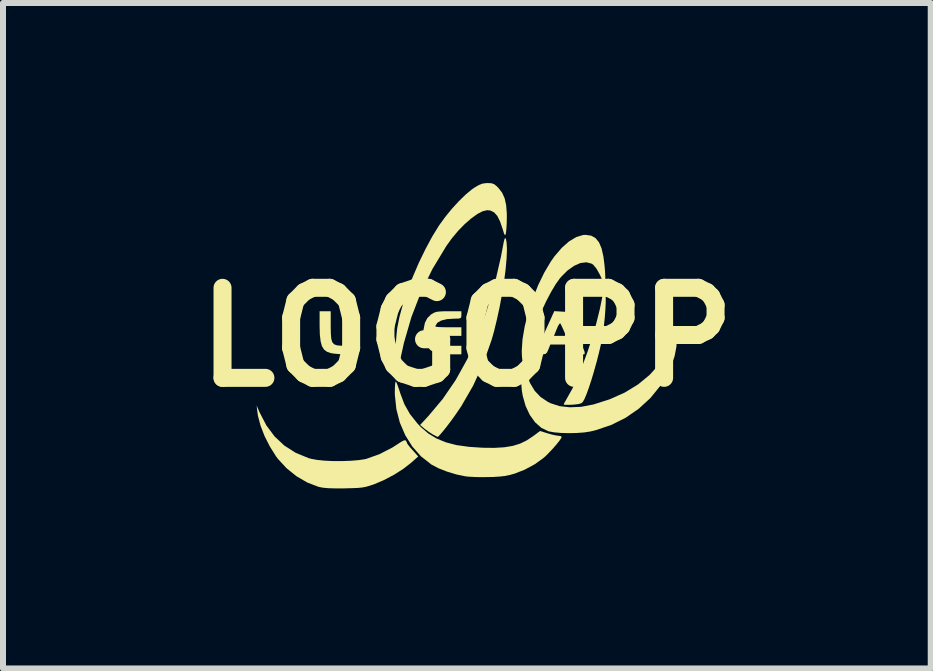
<source format=kicad_pcb>
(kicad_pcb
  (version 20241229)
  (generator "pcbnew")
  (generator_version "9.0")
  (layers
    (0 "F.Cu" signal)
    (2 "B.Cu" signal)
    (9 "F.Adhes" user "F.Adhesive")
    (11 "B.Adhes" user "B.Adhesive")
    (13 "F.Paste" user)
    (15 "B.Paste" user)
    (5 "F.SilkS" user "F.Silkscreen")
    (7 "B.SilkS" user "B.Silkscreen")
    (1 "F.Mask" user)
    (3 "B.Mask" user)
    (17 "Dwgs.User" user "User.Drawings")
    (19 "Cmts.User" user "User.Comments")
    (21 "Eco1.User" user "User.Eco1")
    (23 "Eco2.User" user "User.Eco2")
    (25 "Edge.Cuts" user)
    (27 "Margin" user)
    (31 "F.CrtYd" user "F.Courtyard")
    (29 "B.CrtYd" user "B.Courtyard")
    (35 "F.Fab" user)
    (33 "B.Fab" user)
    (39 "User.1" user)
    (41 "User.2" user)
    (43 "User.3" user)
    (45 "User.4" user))
  (footprint "LOGOPP"
    (layer "F.Cu")
    (at 4.729 2.567)
    (property "Reference" "LOGOPP" (at 0 0 0) (layer "F.SilkS") (effects (font (size 1.5 1.5) (thickness 0.3))))
    (attr board_only exclude_from_pos_files exclude_from_bom)
    (fp_poly (pts (xy -2.269 -0.185) (xy -2.267 -0.062) (xy -2.26 0.026) (xy -2.243 0.084) (xy -2.213 0.119) (xy -2.164 0.137) (xy -2.094 0.143) (xy -2.043 0.144) (xy -1.899 0.144) (xy -1.899 0.216) (xy -1.899 0.287) (xy -2.048 0.285) (xy -2.133 0.282) (xy -2.212 0.275) (xy -2.265 0.267) (xy -2.331 0.244) (xy -2.38 0.207) (xy -2.415 0.151) (xy -2.437 0.07) (xy -2.45 -0.041) (xy -2.454 -0.186) (xy -2.454 -0.2) (xy -2.454 -0.431) (xy -2.361 -0.431) (xy -2.269 -0.431)) (stroke (width 0) (type solid)) (fill yes) (layer "F.SilkS"))
    (fp_poly (pts (xy 0.652 -1.629) (xy 0.661 -1.577) (xy 0.666 -1.497) (xy 0.667 -1.455) (xy 0.661 -1.307) (xy 0.645 -1.128) (xy 0.619 -0.928) (xy 0.585 -0.716) (xy 0.545 -0.5) (xy 0.499 -0.289) (xy 0.451 -0.092) (xy 0.413 0.042) (xy 0.274 0.437) (xy 0.104 0.809) (xy -0.096 1.155) (xy -0.21 1.321) (xy -0.279 1.415) (xy -0.345 1.502) (xy -0.404 1.575) (xy -0.451 1.629) (xy -0.48 1.659) (xy -0.487 1.662) (xy -0.507 1.653) (xy -0.55 1.631) (xy -0.565 1.623) (xy -0.628 1.583) (xy -0.695 1.534) (xy -0.708 1.524) (xy -0.779 1.463) (xy -0.641 1.314) (xy -0.401 1.028) (xy -0.185 0.712) (xy 0.007 0.366) (xy 0.177 -0.013) (xy 0.287 -0.308) (xy 0.391 -0.638) (xy 0.487 -0.99) (xy 0.568 -1.342) (xy 0.615 -1.59) (xy 0.628 -1.639) (xy 0.641 -1.651)) (stroke (width 0) (type solid)) (fill yes) (layer "F.SilkS"))
    (fp_poly (pts (xy 2.305 -0.758) (xy 2.308 -0.739) (xy 2.313 -0.672) (xy 2.313 -0.575) (xy 2.307 -0.455) (xy 2.297 -0.324) (xy 2.283 -0.19) (xy 2.267 -0.064) (xy 2.258 -0.01) (xy 2.234 0.116) (xy 2.201 0.258) (xy 2.163 0.407) (xy 2.121 0.557) (xy 2.078 0.702) (xy 2.035 0.834) (xy 1.995 0.945) (xy 1.959 1.031) (xy 1.931 1.08) (xy 1.904 1.102) (xy 1.857 1.116) (xy 1.779 1.124) (xy 1.758 1.126) (xy 1.686 1.128) (xy 1.634 1.127) (xy 1.612 1.122) (xy 1.612 1.122) (xy 1.622 1.099) (xy 1.648 1.053) (xy 1.673 1.009) (xy 1.757 0.859) (xy 1.843 0.675) (xy 1.928 0.466) (xy 2.011 0.241) (xy 2.088 0.006) (xy 2.156 -0.23) (xy 2.213 -0.459) (xy 2.237 -0.575) (xy 2.258 -0.68) (xy 2.275 -0.748) (xy 2.287 -0.782) (xy 2.297 -0.784)) (stroke (width 0) (type solid)) (fill yes) (layer "F.SilkS"))
    (fp_poly (pts (xy 1.557 -0.427) (xy 1.658 -0.421) (xy 1.801 -0.113) (xy 1.863 0.02) (xy 1.909 0.12) (xy 1.941 0.192) (xy 1.959 0.24) (xy 1.964 0.269) (xy 1.956 0.284) (xy 1.938 0.288) (xy 1.91 0.288) (xy 1.878 0.287) (xy 1.817 0.286) (xy 1.782 0.275) (xy 1.76 0.246) (xy 1.743 0.205) (xy 1.71 0.123) (xy 1.55 0.123) (xy 1.39 0.123) (xy 1.358 0.205) (xy 1.335 0.256) (xy 1.31 0.28) (xy 1.267 0.287) (xy 1.23 0.287) (xy 1.173 0.285) (xy 1.148 0.277) (xy 1.147 0.257) (xy 1.149 0.252) (xy 1.162 0.222) (xy 1.188 0.161) (xy 1.226 0.077) (xy 1.269 -0.021) (xy 1.451 -0.021) (xy 1.551 -0.021) (xy 1.651 -0.021) (xy 1.61 -0.118) (xy 1.583 -0.177) (xy 1.562 -0.219) (xy 1.554 -0.23) (xy 1.54 -0.221) (xy 1.517 -0.182) (xy 1.496 -0.133) (xy 1.451 -0.021) (xy 1.269 -0.021) (xy 1.271 -0.023) (xy 1.309 -0.109) (xy 1.456 -0.433)) (stroke (width 0) (type solid)) (fill yes) (layer "F.SilkS"))
    (fp_poly (pts (xy 2.069 -1.691) (xy 2.142 -1.651) (xy 2.2 -1.581) (xy 2.244 -1.478) (xy 2.275 -1.34) (xy 2.29 -1.222) (xy 2.301 -1.106) (xy 2.306 -1.008) (xy 2.306 -0.934) (xy 2.302 -0.889) (xy 2.293 -0.875) (xy 2.281 -0.893) (xy 2.218 -1.036) (xy 2.159 -1.141) (xy 2.105 -1.206) (xy 2.079 -1.224) (xy 1.992 -1.247) (xy 1.892 -1.235) (xy 1.786 -1.188) (xy 1.676 -1.11) (xy 1.568 -1.002) (xy 1.547 -0.977) (xy 1.478 -0.88) (xy 1.402 -0.752) (xy 1.323 -0.602) (xy 1.246 -0.438) (xy 1.175 -0.27) (xy 1.115 -0.105) (xy 1.097 -0.05) (xy 1.062 0.06) (xy 1.028 0.167) (xy 0.999 0.259) (xy 0.978 0.324) (xy 0.977 0.327) (xy 0.955 0.389) (xy 0.94 0.413) (xy 0.928 0.404) (xy 0.928 0.403) (xy 0.921 0.364) (xy 0.916 0.299) (xy 0.914 0.226) (xy 0.927 0.032) (xy 0.964 -0.183) (xy 1.022 -0.411) (xy 1.098 -0.642) (xy 1.188 -0.867) (xy 1.29 -1.077) (xy 1.4 -1.262) (xy 1.459 -1.346) (xy 1.581 -1.488) (xy 1.703 -1.596) (xy 1.823 -1.668) (xy 1.938 -1.702) (xy 1.978 -1.704)) (stroke (width 0) (type solid)) (fill yes) (layer "F.SilkS"))
    (fp_poly (pts (xy -0.092 -0.37) (xy -0.094 -0.335) (xy -0.106 -0.317) (xy -0.138 -0.309) (xy -0.2 -0.308) (xy -0.21 -0.308) (xy -0.333 -0.3) (xy -0.428 -0.276) (xy -0.493 -0.239) (xy -0.522 -0.191) (xy -0.524 -0.176) (xy -0.504 -0.171) (xy -0.453 -0.167) (xy -0.377 -0.165) (xy -0.308 -0.164) (xy -0.092 -0.164) (xy -0.092 -0.092) (xy -0.092 -0.021) (xy -0.308 -0.021) (xy -0.404 -0.02) (xy -0.467 -0.017) (xy -0.503 -0.012) (xy -0.519 -0.001) (xy -0.524 0.016) (xy -0.524 0.019) (xy -0.508 0.058) (xy -0.472 0.1) (xy -0.47 0.101) (xy -0.433 0.124) (xy -0.387 0.137) (xy -0.32 0.143) (xy -0.254 0.144) (xy -0.092 0.144) (xy -0.092 0.216) (xy -0.092 0.287) (xy -0.272 0.286) (xy -0.363 0.283) (xy -0.445 0.276) (xy -0.504 0.268) (xy -0.515 0.265) (xy -0.603 0.22) (xy -0.67 0.144) (xy -0.712 0.043) (xy -0.725 -0.074) (xy -0.722 -0.129) (xy -0.7 -0.237) (xy -0.66 -0.316) (xy -0.598 -0.377) (xy -0.587 -0.384) (xy -0.55 -0.406) (xy -0.511 -0.42) (xy -0.458 -0.427) (xy -0.383 -0.431) (xy -0.305 -0.431) (xy -0.092 -0.431)) (stroke (width 0) (type solid)) (fill yes) (layer "F.SilkS"))
    (fp_poly (pts (xy -3.454 1.253) (xy -3.341 1.471) (xy -3.203 1.656) (xy -3.04 1.808) (xy -2.853 1.927) (xy -2.642 2.014) (xy -2.596 2.027) (xy -2.5 2.045) (xy -2.375 2.058) (xy -2.231 2.065) (xy -2.08 2.065) (xy -1.934 2.06) (xy -1.802 2.049) (xy -1.696 2.033) (xy -1.673 2.027) (xy -1.457 1.95) (xy -1.243 1.84) (xy -1.159 1.786) (xy -1.091 1.742) (xy -1.048 1.72) (xy -1.023 1.719) (xy -1.014 1.728) (xy -0.998 1.76) (xy -0.996 1.769) (xy -0.983 1.79) (xy -0.95 1.832) (xy -0.903 1.885) (xy -0.811 1.988) (xy -0.923 2.088) (xy -1.056 2.192) (xy -1.214 2.293) (xy -1.383 2.382) (xy -1.548 2.452) (xy -1.549 2.452) (xy -1.62 2.476) (xy -1.681 2.493) (xy -1.742 2.505) (xy -1.812 2.512) (xy -1.902 2.516) (xy -2.021 2.519) (xy -2.043 2.52) (xy -2.192 2.52) (xy -2.308 2.517) (xy -2.396 2.509) (xy -2.464 2.496) (xy -2.472 2.494) (xy -2.658 2.423) (xy -2.839 2.318) (xy -3.005 2.184) (xy -3.148 2.029) (xy -3.181 1.985) (xy -3.283 1.822) (xy -3.371 1.649) (xy -3.438 1.475) (xy -3.481 1.312) (xy -3.491 1.245) (xy -3.503 1.14)) (stroke (width 0) (type solid)) (fill yes) (layer "F.SilkS"))
    (fp_poly (pts (xy 3.496 -0.132) (xy 3.499 -0.072) (xy 3.5 -0.013) (xy 3.491 0.158) (xy 3.461 0.316) (xy 3.406 0.475) (xy 3.356 0.586) (xy 3.223 0.811) (xy 3.057 1.015) (xy 2.863 1.193) (xy 2.644 1.344) (xy 2.403 1.464) (xy 2.144 1.551) (xy 2.057 1.572) (xy 1.953 1.588) (xy 1.829 1.597) (xy 1.696 1.6) (xy 1.567 1.596) (xy 1.452 1.586) (xy 1.365 1.57) (xy 1.358 1.568) (xy 1.24 1.511) (xy 1.136 1.419) (xy 1.048 1.296) (xy 0.978 1.147) (xy 0.93 0.977) (xy 0.915 0.887) (xy 0.907 0.789) (xy 0.905 0.692) (xy 0.909 0.607) (xy 0.918 0.541) (xy 0.932 0.505) (xy 0.936 0.502) (xy 0.95 0.514) (xy 0.97 0.556) (xy 0.987 0.6) (xy 1.052 0.765) (xy 1.13 0.895) (xy 1.227 0.997) (xy 1.348 1.078) (xy 1.396 1.102) (xy 1.545 1.15) (xy 1.716 1.169) (xy 1.904 1.161) (xy 2.102 1.123) (xy 2.105 1.123) (xy 2.381 1.035) (xy 2.631 0.923) (xy 2.853 0.787) (xy 3.044 0.63) (xy 3.204 0.453) (xy 3.329 0.258) (xy 3.418 0.046) (xy 3.429 0.01) (xy 3.457 -0.083) (xy 3.476 -0.138) (xy 3.489 -0.154)) (stroke (width 0) (type solid)) (fill yes) (layer "F.SilkS"))
    (fp_poly (pts (xy -1.173 0.758) (xy -1.153 0.807) (xy -1.128 0.879) (xy -1.111 0.933) (xy -1.041 1.119) (xy -0.948 1.283) (xy -0.824 1.439) (xy -0.768 1.498) (xy -0.645 1.604) (xy -0.508 1.688) (xy -0.353 1.752) (xy -0.173 1.799) (xy 0.037 1.828) (xy 0.264 1.843) (xy 0.46 1.845) (xy 0.625 1.835) (xy 0.764 1.812) (xy 0.887 1.774) (xy 1 1.719) (xy 1.112 1.644) (xy 1.128 1.632) (xy 1.218 1.564) (xy 1.345 1.603) (xy 1.419 1.624) (xy 1.484 1.638) (xy 1.52 1.643) (xy 1.562 1.649) (xy 1.579 1.66) (xy 1.571 1.683) (xy 1.541 1.727) (xy 1.494 1.786) (xy 1.436 1.853) (xy 1.374 1.919) (xy 1.315 1.979) (xy 1.28 2.01) (xy 1.134 2.116) (xy 0.964 2.208) (xy 0.801 2.272) (xy 0.717 2.296) (xy 0.636 2.313) (xy 0.546 2.323) (xy 0.433 2.33) (xy 0.37 2.331) (xy 0.255 2.333) (xy 0.143 2.331) (xy 0.047 2.326) (xy -0.021 2.32) (xy -0.174 2.288) (xy -0.33 2.241) (xy -0.473 2.185) (xy -0.589 2.124) (xy -0.596 2.119) (xy -0.765 1.986) (xy -0.909 1.823) (xy -1.027 1.634) (xy -1.117 1.425) (xy -1.175 1.2) (xy -1.2 0.964) (xy -1.201 0.915) (xy -1.199 0.836) (xy -1.195 0.775) (xy -1.188 0.742) (xy -1.185 0.739)) (stroke (width 0) (type solid)) (fill yes) (layer "F.SilkS"))
    (fp_poly (pts (xy 0.409 -2.564) (xy 0.453 -2.549) (xy 0.497 -2.514) (xy 0.526 -2.485) (xy 0.587 -2.406) (xy 0.629 -2.313) (xy 0.654 -2.2) (xy 0.665 -2.059) (xy 0.665 -1.983) (xy 0.663 -1.889) (xy 0.658 -1.806) (xy 0.652 -1.745) (xy 0.648 -1.725) (xy 0.639 -1.701) (xy 0.629 -1.704) (xy 0.615 -1.738) (xy 0.597 -1.797) (xy 0.553 -1.926) (xy 0.507 -2.019) (xy 0.454 -2.078) (xy 0.393 -2.109) (xy 0.339 -2.115) (xy 0.264 -2.098) (xy 0.173 -2.051) (xy 0.071 -1.977) (xy -0.038 -1.882) (xy -0.147 -1.77) (xy -0.252 -1.644) (xy -0.342 -1.519) (xy -0.573 -1.137) (xy -0.767 -0.743) (xy -0.925 -0.333) (xy -1.049 0.096) (xy -1.099 0.322) (xy -1.122 0.432) (xy -1.142 0.527) (xy -1.158 0.6) (xy -1.169 0.645) (xy -1.172 0.655) (xy -1.184 0.646) (xy -1.194 0.627) (xy -1.198 0.592) (xy -1.2 0.524) (xy -1.198 0.431) (xy -1.195 0.323) (xy -1.19 0.206) (xy -1.183 0.089) (xy -1.174 -0.02) (xy -1.165 -0.113) (xy -1.16 -0.154) (xy -1.123 -0.339) (xy -1.066 -0.548) (xy -0.99 -0.774) (xy -0.9 -1.008) (xy -0.799 -1.243) (xy -0.689 -1.469) (xy -0.576 -1.679) (xy -0.461 -1.865) (xy -0.46 -1.866) (xy -0.362 -2.001) (xy -0.252 -2.136) (xy -0.136 -2.263) (xy -0.022 -2.374) (xy 0.082 -2.461) (xy 0.121 -2.488) (xy 0.197 -2.533) (xy 0.257 -2.557) (xy 0.319 -2.566) (xy 0.345 -2.567)) (stroke (width 0) (type solid)) (fill yes) (layer "F.SilkS")))
  (gr_rect
    (start -3 -3)
    (end 12.457 8.087)
    (stroke (width 0.1) (type default))
    (fill no)
    (layer "Edge.Cuts")))
</source>
